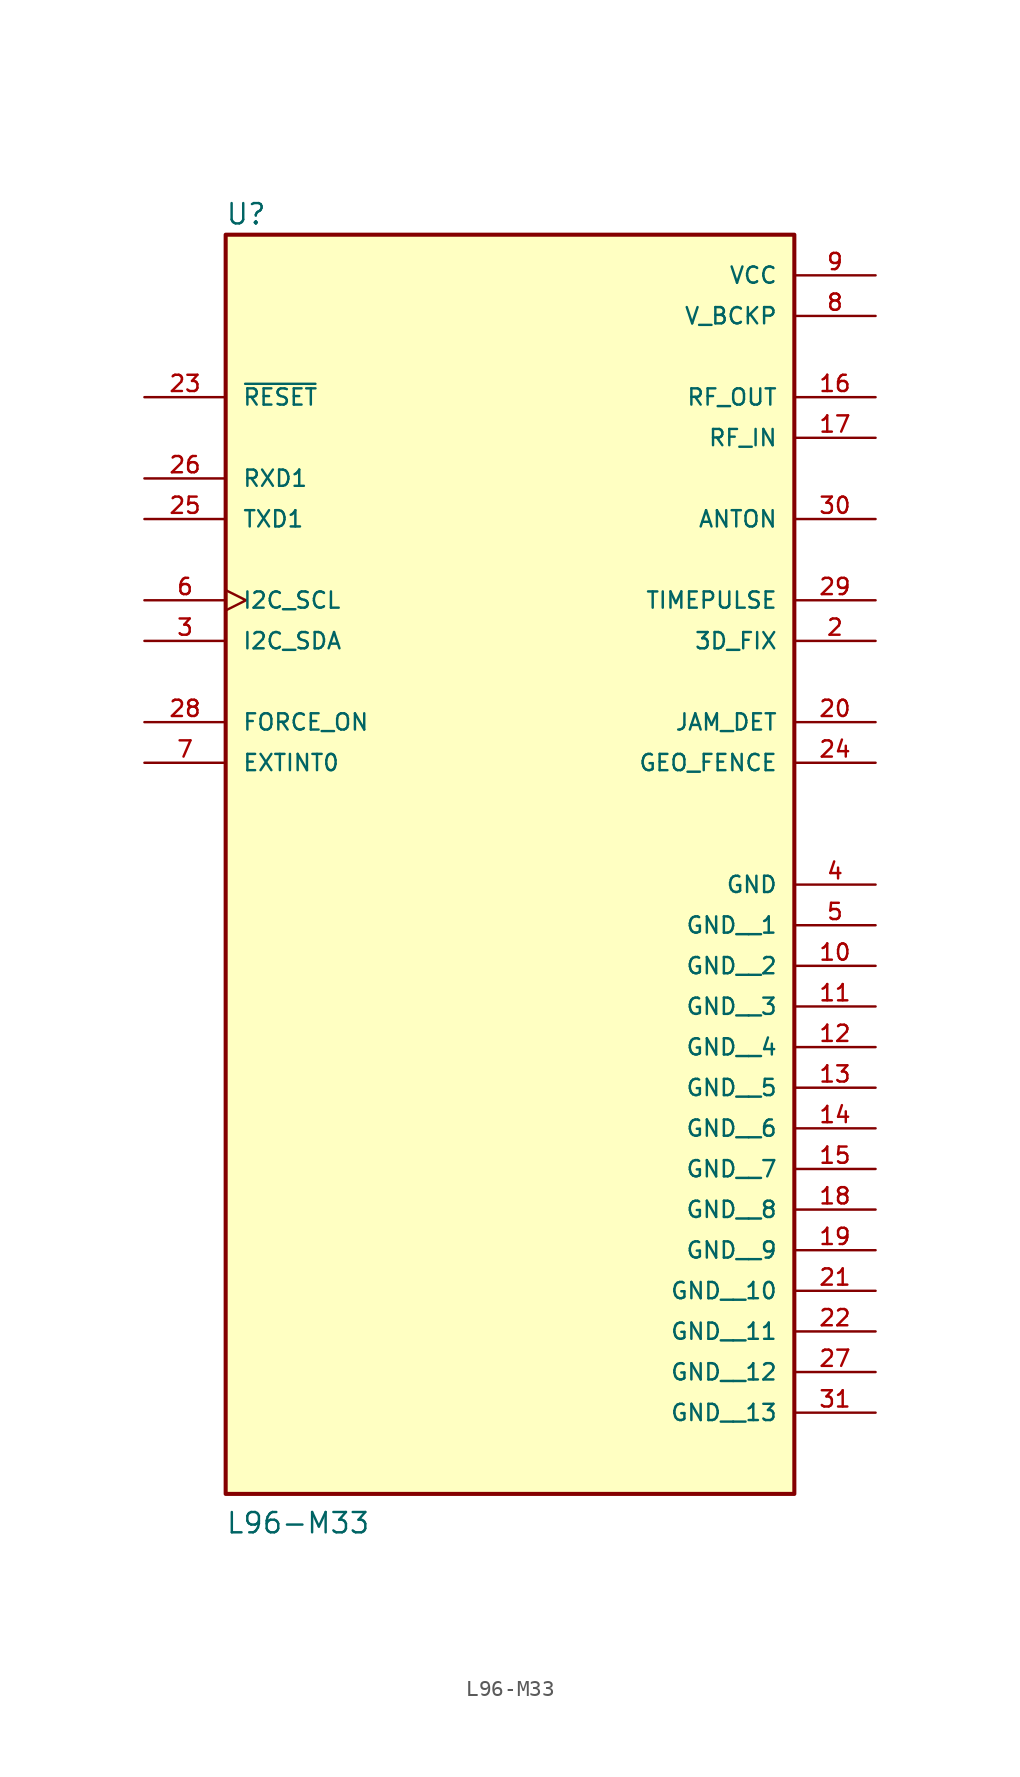
<source format=kicad_sym>
(kicad_symbol_lib
  (version 20211014)
  (generator kicad_symbol_editor)
  (symbol "L96-M33"
    (pin_names
      (offset 1.016))
    (property "Reference" "U"
      (at -17.81 23.404 0)
      (effects (font (size 1.27 1.27)) (justify bottom left)))
    (property "Value" "L96-M33"
      (at -17.797 -58.445 0)
      (effects (font (size 1.27 1.27)) (justify bottom left)))
    (symbol "L96-M33_0_0"
      (rectangle (start -17.78 -55.88) (end 17.78 22.86) (stroke (width 0.254)) (fill (type background)))
      (pin power_in line (at 22.86 17.78 180.0) (length 5.08) (name "V_BCKP" (effects (font (size 1.016 1.016)))) (number "8" (effects (font (size 1.016 1.016)))))
      (pin power_in line (at 22.86 20.32 180.0) (length 5.08) (name "VCC" (effects (font (size 1.016 1.016)))) (number "9" (effects (font (size 1.016 1.016)))))
      (pin input line (at -22.86 12.7 0) (length 5.08) (name "~{RESET}" (effects (font (size 1.016 1.016)))) (number "23" (effects (font (size 1.016 1.016)))))
      (pin output line (at -22.86 5.08 0) (length 5.08) (name "TXD1" (effects (font (size 1.016 1.016)))) (number "25" (effects (font (size 1.016 1.016)))))
      (pin input line (at -22.86 7.62 0) (length 5.08) (name "RXD1" (effects (font (size 1.016 1.016)))) (number "26" (effects (font (size 1.016 1.016)))))
      (pin output line (at 22.86 12.7 180.0) (length 5.08) (name "RF_OUT" (effects (font (size 1.016 1.016)))) (number "16" (effects (font (size 1.016 1.016)))))
      (pin input line (at 22.86 10.16 180.0) (length 5.08) (name "RF_IN" (effects (font (size 1.016 1.016)))) (number "17" (effects (font (size 1.016 1.016)))))
      (pin output line (at 22.86 5.08 180.0) (length 5.08) (name "ANTON" (effects (font (size 1.016 1.016)))) (number "30" (effects (font (size 1.016 1.016)))))
      (pin input line (at -22.86 -10.16 0) (length 5.08) (name "EXTINT0" (effects (font (size 1.016 1.016)))) (number "7" (effects (font (size 1.016 1.016)))))
      (pin output line (at 22.86 0.0 180.0) (length 5.08) (name "TIMEPULSE" (effects (font (size 1.016 1.016)))) (number "29" (effects (font (size 1.016 1.016)))))
      (pin input line (at -22.86 -7.62 0) (length 5.08) (name "FORCE_ON" (effects (font (size 1.016 1.016)))) (number "28" (effects (font (size 1.016 1.016)))))
      (pin bidirectional line (at -22.86 -2.54 0) (length 5.08) (name "I2C_SDA" (effects (font (size 1.016 1.016)))) (number "3" (effects (font (size 1.016 1.016)))))
      (pin bidirectional clock (at -22.86 0.0 0) (length 5.08) (name "I2C_SCL" (effects (font (size 1.016 1.016)))) (number "6" (effects (font (size 1.016 1.016)))))
      (pin output line (at 22.86 -2.54 180.0) (length 5.08) (name "3D_FIX" (effects (font (size 1.016 1.016)))) (number "2" (effects (font (size 1.016 1.016)))))
      (pin output line (at 22.86 -7.62 180.0) (length 5.08) (name "JAM_DET" (effects (font (size 1.016 1.016)))) (number "20" (effects (font (size 1.016 1.016)))))
      (pin output line (at 22.86 -10.16 180.0) (length 5.08) (name "GEO_FENCE" (effects (font (size 1.016 1.016)))) (number "24" (effects (font (size 1.016 1.016)))))
      (pin power_in line (at 22.86 -17.78 180.0) (length 5.08) (name "GND" (effects (font (size 1.016 1.016)))) (number "4" (effects (font (size 1.016 1.016)))))
      (pin power_in line (at 22.86 -20.32 180.0) (length 5.08) (name "GND__1" (effects (font (size 1.016 1.016)))) (number "5" (effects (font (size 1.016 1.016)))))
      (pin power_in line (at 22.86 -22.86 180.0) (length 5.08) (name "GND__2" (effects (font (size 1.016 1.016)))) (number "10" (effects (font (size 1.016 1.016)))))
      (pin power_in line (at 22.86 -25.4 180.0) (length 5.08) (name "GND__3" (effects (font (size 1.016 1.016)))) (number "11" (effects (font (size 1.016 1.016)))))
      (pin power_in line (at 22.86 -27.94 180.0) (length 5.08) (name "GND__4" (effects (font (size 1.016 1.016)))) (number "12" (effects (font (size 1.016 1.016)))))
      (pin power_in line (at 22.86 -30.48 180.0) (length 5.08) (name "GND__5" (effects (font (size 1.016 1.016)))) (number "13" (effects (font (size 1.016 1.016)))))
      (pin power_in line (at 22.86 -33.02 180.0) (length 5.08) (name "GND__6" (effects (font (size 1.016 1.016)))) (number "14" (effects (font (size 1.016 1.016)))))
      (pin power_in line (at 22.86 -35.56 180.0) (length 5.08) (name "GND__7" (effects (font (size 1.016 1.016)))) (number "15" (effects (font (size 1.016 1.016)))))
      (pin power_in line (at 22.86 -38.1 180.0) (length 5.08) (name "GND__8" (effects (font (size 1.016 1.016)))) (number "18" (effects (font (size 1.016 1.016)))))
      (pin power_in line (at 22.86 -40.64 180.0) (length 5.08) (name "GND__9" (effects (font (size 1.016 1.016)))) (number "19" (effects (font (size 1.016 1.016)))))
      (pin power_in line (at 22.86 -43.18 180.0) (length 5.08) (name "GND__10" (effects (font (size 1.016 1.016)))) (number "21" (effects (font (size 1.016 1.016)))))
      (pin power_in line (at 22.86 -45.72 180.0) (length 5.08) (name "GND__11" (effects (font (size 1.016 1.016)))) (number "22" (effects (font (size 1.016 1.016)))))
      (pin power_in line (at 22.86 -48.26 180.0) (length 5.08) (name "GND__12" (effects (font (size 1.016 1.016)))) (number "27" (effects (font (size 1.016 1.016)))))
      (pin power_in line (at 22.86 -50.8 180.0) (length 5.08) (name "GND__13" (effects (font (size 1.016 1.016)))) (number "31" (effects (font (size 1.016 1.016))))))))
</source>
